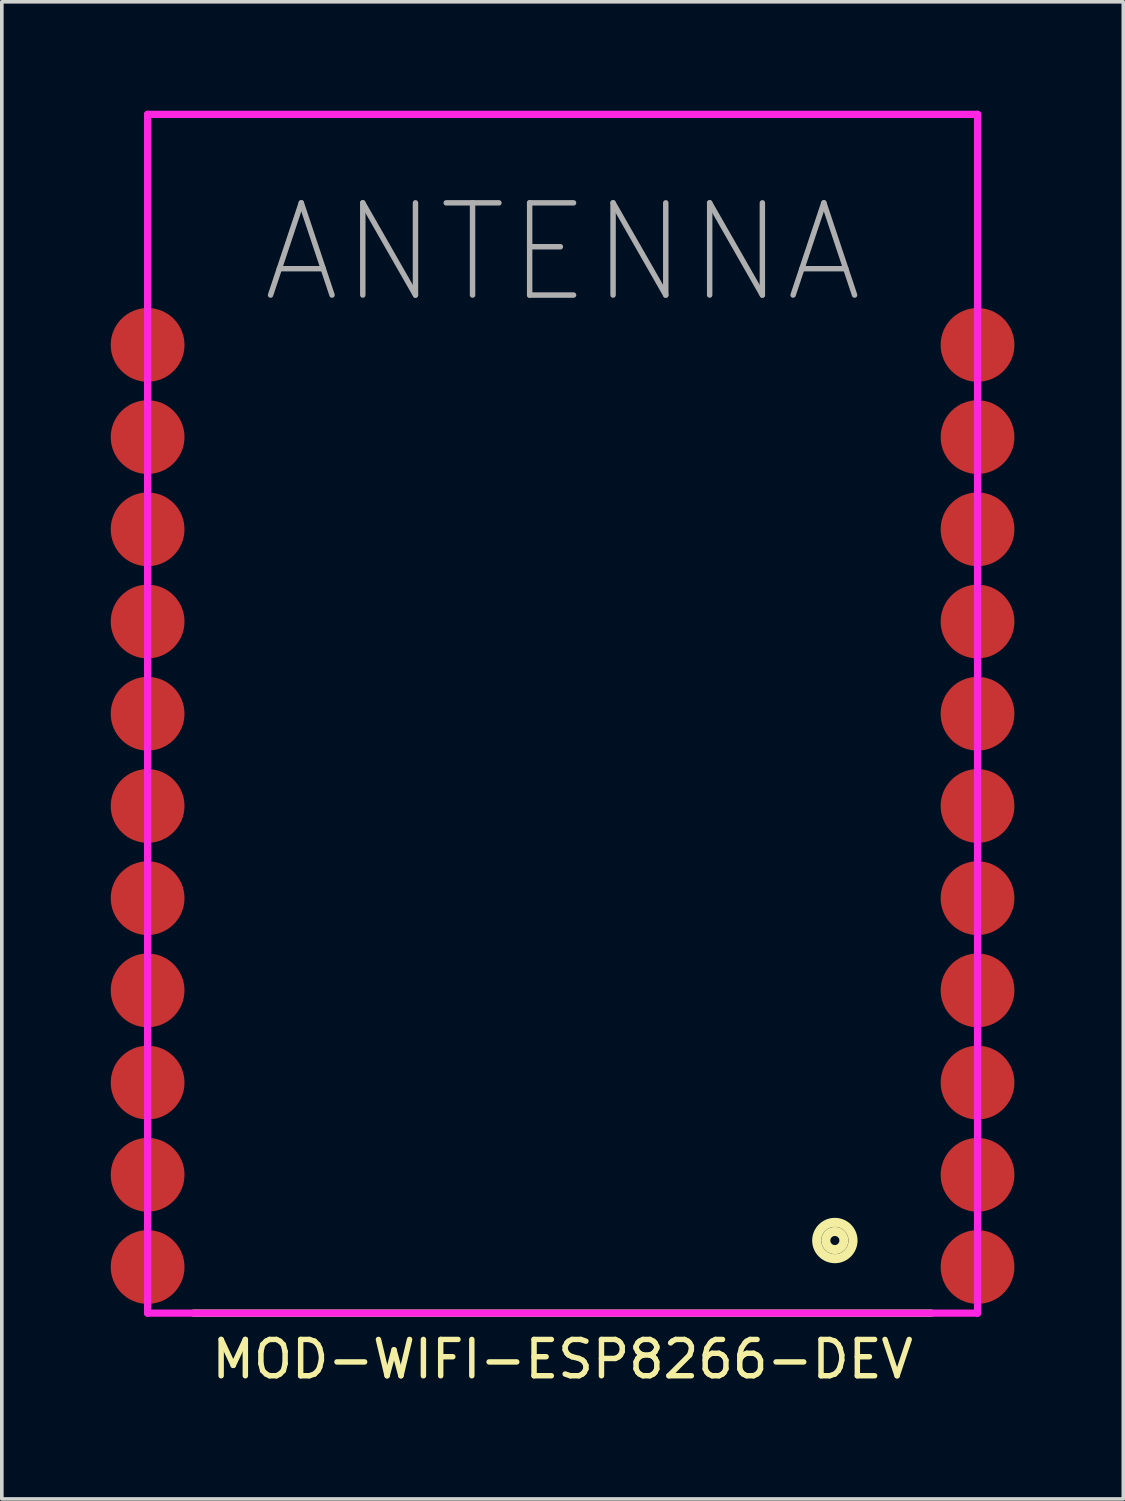
<source format=kicad_pcb>
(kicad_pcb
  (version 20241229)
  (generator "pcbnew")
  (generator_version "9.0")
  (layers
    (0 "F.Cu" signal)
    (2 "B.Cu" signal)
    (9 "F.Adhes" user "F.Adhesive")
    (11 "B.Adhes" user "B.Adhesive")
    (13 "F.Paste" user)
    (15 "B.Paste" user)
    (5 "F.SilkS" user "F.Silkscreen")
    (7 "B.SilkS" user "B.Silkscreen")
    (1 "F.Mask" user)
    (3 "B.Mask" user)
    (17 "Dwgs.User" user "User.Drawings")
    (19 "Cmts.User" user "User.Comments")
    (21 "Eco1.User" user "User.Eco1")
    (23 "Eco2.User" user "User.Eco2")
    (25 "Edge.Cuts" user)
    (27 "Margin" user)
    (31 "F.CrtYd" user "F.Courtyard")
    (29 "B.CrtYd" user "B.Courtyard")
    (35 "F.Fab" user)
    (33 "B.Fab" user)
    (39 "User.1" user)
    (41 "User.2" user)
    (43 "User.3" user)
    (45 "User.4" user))
  (footprint "MOD-WIFI-ESP8266-DEV"
    (layer "F.Cu")
    (at 12.446 33.12)
    (property "Reference" "MOD-WIFI-ESP8266-DEV" (at 0 1.27 0) (layer "F.SilkS") (effects (font (size 1 1) (thickness 0.15))))
    (attr through_hole)
    (fp_line (start -10.16 0) (end 10.16 0) (stroke (width 0.2) (type solid)) (layer "F.SilkS"))
    (fp_circle (center 7.5 -2) (end 7.5 -1.75) (stroke (width 0.25) (type solid)) (fill no) (layer "F.SilkS"))
    (fp_circle (center 7.5 -2) (end 7.5 -1.5) (stroke (width 0.25) (type solid)) (fill no) (layer "F.SilkS"))
    (fp_line (start -11.43 -33.02) (end 11.43 -33.02) (stroke (width 0.2) (type solid)) (layer "F.CrtYd"))
    (fp_line (start -11.43 0) (end -11.43 -33.02) (stroke (width 0.2) (type solid)) (layer "F.CrtYd"))
    (fp_line (start -11.43 0) (end 11.43 0) (stroke (width 0.2) (type solid)) (layer "F.CrtYd"))
    (fp_line (start 11.43 -33.02) (end 11.43 0) (stroke (width 0.2) (type solid)) (layer "F.CrtYd"))
    (fp_text user "ANTENNA" (at 0 -29.21 0) (layer "F.Fab") (effects (font (size 2.54 2.54) (thickness 0.15))))
    (pad "1" smd circle (at 11.43 -1.27) (size 2.032 2.032) (layers "F.Cu" "F.Mask" "F.Paste"))
    (pad "2" smd circle (at 11.43 -3.81) (size 2.032 2.032) (layers "F.Cu" "F.Mask" "F.Paste"))
    (pad "3" smd circle (at 11.43 -6.35) (size 2.032 2.032) (layers "F.Cu" "F.Mask" "F.Paste"))
    (pad "4" smd circle (at 11.43 -8.89) (size 2.032 2.032) (layers "F.Cu" "F.Mask" "F.Paste"))
    (pad "5" smd circle (at 11.43 -11.43) (size 2.032 2.032) (layers "F.Cu" "F.Mask" "F.Paste"))
    (pad "6" smd circle (at 11.43 -13.97) (size 2.032 2.032) (layers "F.Cu" "F.Mask" "F.Paste"))
    (pad "7" smd circle (at 11.43 -16.51) (size 2.032 2.032) (layers "F.Cu" "F.Mask" "F.Paste"))
    (pad "8" smd circle (at 11.43 -19.05) (size 2.032 2.032) (layers "F.Cu" "F.Mask" "F.Paste"))
    (pad "9" smd circle (at 11.43 -21.59) (size 2.032 2.032) (layers "F.Cu" "F.Mask" "F.Paste"))
    (pad "10" smd circle (at 11.43 -24.13) (size 2.032 2.032) (layers "F.Cu" "F.Mask" "F.Paste"))
    (pad "11" smd circle (at 11.43 -26.67) (size 2.032 2.032) (layers "F.Cu" "F.Mask" "F.Paste"))
    (pad "12" smd circle (at -11.43 -26.67) (size 2.032 2.032) (layers "F.Cu" "F.Mask" "F.Paste"))
    (pad "13" smd circle (at -11.43 -24.13) (size 2.032 2.032) (layers "F.Cu" "F.Mask" "F.Paste"))
    (pad "14" smd circle (at -11.43 -21.59) (size 2.032 2.032) (layers "F.Cu" "F.Mask" "F.Paste"))
    (pad "15" smd circle (at -11.43 -19.05) (size 2.032 2.032) (layers "F.Cu" "F.Mask" "F.Paste"))
    (pad "16" smd circle (at -11.43 -16.51) (size 2.032 2.032) (layers "F.Cu" "F.Mask" "F.Paste"))
    (pad "17" smd circle (at -11.43 -13.97) (size 2.032 2.032) (layers "F.Cu" "F.Mask" "F.Paste"))
    (pad "18" smd circle (at -11.43 -11.43) (size 2.032 2.032) (layers "F.Cu" "F.Mask" "F.Paste"))
    (pad "19" smd circle (at -11.43 -8.89) (size 2.032 2.032) (layers "F.Cu" "F.Mask" "F.Paste"))
    (pad "20" smd circle (at -11.43 -6.35) (size 2.032 2.032) (layers "F.Cu" "F.Mask" "F.Paste"))
    (pad "21" smd circle (at -11.43 -3.81) (size 2.032 2.032) (layers "F.Cu" "F.Mask" "F.Paste"))
    (pad "22" smd circle (at -11.43 -1.27) (size 2.032 2.032) (layers "F.Cu" "F.Mask" "F.Paste")))
  (gr_rect
    (start -3 -3)
    (end 27.892 38.238)
    (stroke (width 0.1) (type default))
    (fill no)
    (layer "Edge.Cuts")))
</source>
